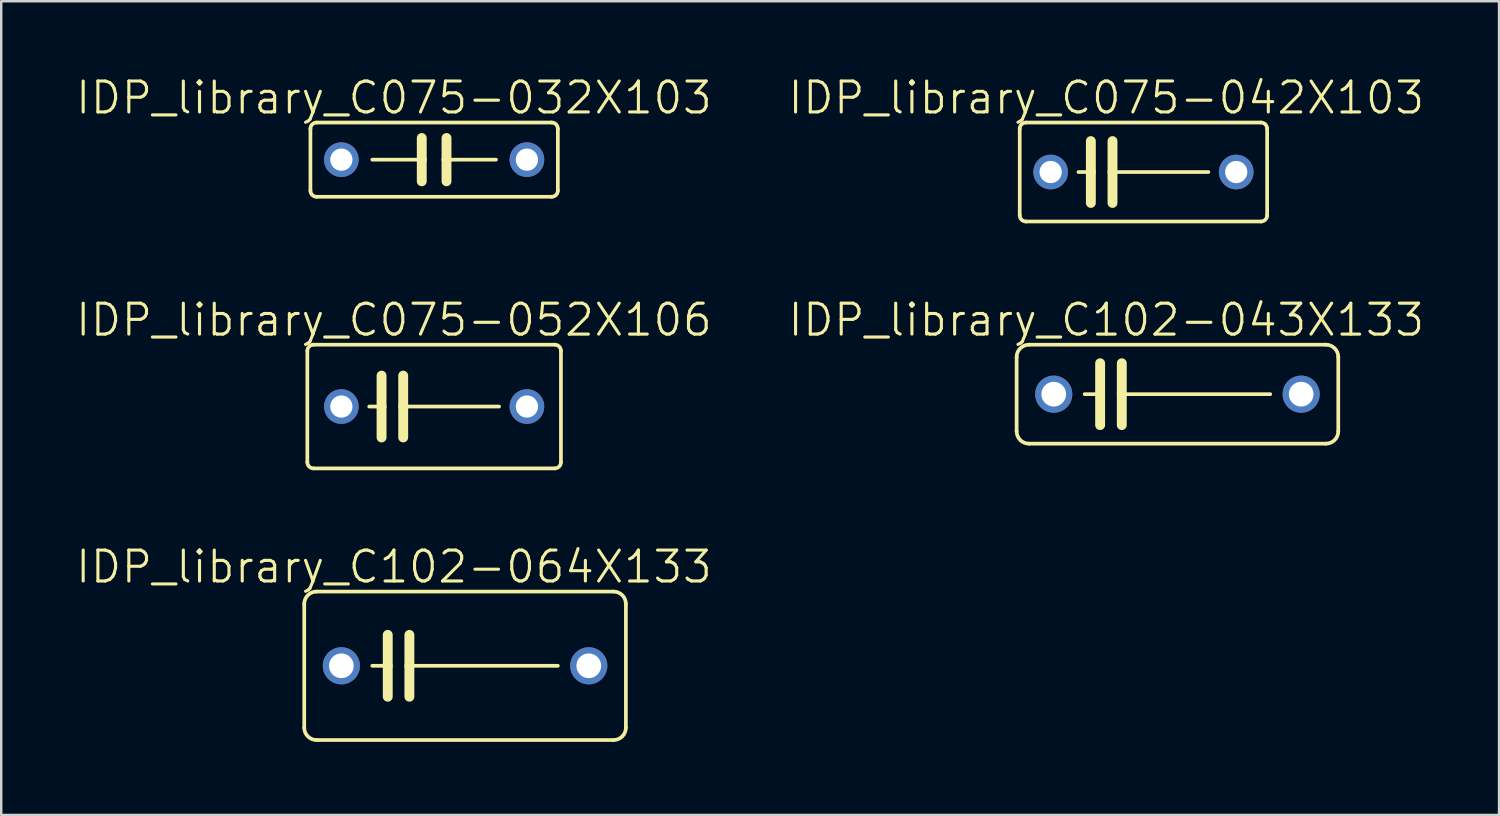
<source format=kicad_pcb>
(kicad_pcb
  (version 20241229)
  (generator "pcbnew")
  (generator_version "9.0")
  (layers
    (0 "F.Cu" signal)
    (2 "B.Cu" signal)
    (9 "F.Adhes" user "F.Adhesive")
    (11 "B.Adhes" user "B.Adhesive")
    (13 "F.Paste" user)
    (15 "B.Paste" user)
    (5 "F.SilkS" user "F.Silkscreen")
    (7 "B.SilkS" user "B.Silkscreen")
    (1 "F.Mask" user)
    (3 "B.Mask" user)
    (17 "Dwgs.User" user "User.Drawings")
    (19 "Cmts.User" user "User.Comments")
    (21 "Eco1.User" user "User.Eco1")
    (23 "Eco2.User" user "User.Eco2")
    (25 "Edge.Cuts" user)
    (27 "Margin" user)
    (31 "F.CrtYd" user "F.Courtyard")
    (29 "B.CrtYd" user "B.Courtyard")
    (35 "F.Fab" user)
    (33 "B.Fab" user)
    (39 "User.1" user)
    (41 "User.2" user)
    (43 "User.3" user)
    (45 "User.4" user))
  (footprint "IDP_library_C075-052X106"
    (layer "F.Cu")
    (at 14.777 13.644)
    (property "Reference" "IDP_library_C075-052X106" (at -1.651 -3.556 0) (layer "F.SilkS") (effects (font (size 1.27 1.27) (thickness 0.127))))
    (attr exclude_from_pos_files exclude_from_bom)
    (fp_line (start -5.207 -2.286) (end -5.207 2.286) (stroke (width 0.152) (type solid)) (layer "F.SilkS"))
    (fp_line (start -4.953 2.54) (end 4.953 2.54) (stroke (width 0.152) (type solid)) (layer "F.SilkS"))
    (fp_line (start -2.667 0) (end -2.159 0) (stroke (width 0.152) (type solid)) (layer "F.SilkS"))
    (fp_line (start -2.159 -1.27) (end -2.159 0) (stroke (width 0.406) (type solid)) (layer "F.SilkS"))
    (fp_line (start -2.159 0) (end -2.159 1.27) (stroke (width 0.406) (type solid)) (layer "F.SilkS"))
    (fp_line (start -1.27 -1.27) (end -1.27 0) (stroke (width 0.406) (type solid)) (layer "F.SilkS"))
    (fp_line (start -1.27 0) (end -1.27 1.27) (stroke (width 0.406) (type solid)) (layer "F.SilkS"))
    (fp_line (start -1.27 0) (end 2.667 0) (stroke (width 0.152) (type solid)) (layer "F.SilkS"))
    (fp_line (start 4.953 -2.54) (end -4.953 -2.54) (stroke (width 0.152) (type solid)) (layer "F.SilkS"))
    (fp_line (start 5.207 2.286) (end 5.207 -2.286) (stroke (width 0.152) (type solid)) (layer "F.SilkS"))
    (fp_arc (start -5.207 -2.286) (mid -5.132605 -2.465605) (end -4.953 -2.54) (stroke (width 0.1524) (type solid)) (layer "F.SilkS"))
    (fp_arc (start -4.953 2.54) (mid -5.132605 2.465605) (end -5.207 2.286) (stroke (width 0.1524) (type solid)) (layer "F.SilkS"))
    (fp_arc (start 4.953 -2.54) (mid 5.132605 -2.465605) (end 5.207 -2.286) (stroke (width 0.1524) (type solid)) (layer "F.SilkS"))
    (fp_arc (start 5.207 2.286) (mid 5.132605 2.465605) (end 4.953 2.54) (stroke (width 0.1524) (type solid)) (layer "F.SilkS"))
    (pad "1" thru_hole circle (at -3.81 0) (size 1.422 1.422) (drill 0.914) (layers "*.Cu" "*.Paste" "*.Mask"))
    (pad "2" thru_hole circle (at 3.81 0) (size 1.422 1.422) (drill 0.914) (layers "*.Cu" "*.Paste" "*.Mask")))
  (footprint "IDP_library_C075-032X103"
    (layer "F.Cu")
    (at 14.777 3.506)
    (property "Reference" "IDP_library_C075-032X103" (at -1.651 -2.54 0) (layer "F.SilkS") (effects (font (size 1.27 1.27) (thickness 0.127))))
    (attr exclude_from_pos_files exclude_from_bom)
    (fp_line (start -5.08 -1.27) (end -5.08 1.27) (stroke (width 0.152) (type solid)) (layer "F.SilkS"))
    (fp_line (start -4.826 1.524) (end 4.826 1.524) (stroke (width 0.152) (type solid)) (layer "F.SilkS"))
    (fp_line (start -2.54 0) (end -0.508 0) (stroke (width 0.152) (type solid)) (layer "F.SilkS"))
    (fp_line (start -0.508 -0.889) (end -0.508 0) (stroke (width 0.406) (type solid)) (layer "F.SilkS"))
    (fp_line (start -0.508 0) (end -0.508 0.889) (stroke (width 0.406) (type solid)) (layer "F.SilkS"))
    (fp_line (start 0.508 -0.889) (end 0.508 0) (stroke (width 0.406) (type solid)) (layer "F.SilkS"))
    (fp_line (start 0.508 0) (end 0.508 0.889) (stroke (width 0.406) (type solid)) (layer "F.SilkS"))
    (fp_line (start 0.508 0) (end 2.54 0) (stroke (width 0.152) (type solid)) (layer "F.SilkS"))
    (fp_line (start 4.826 -1.524) (end -4.826 -1.524) (stroke (width 0.152) (type solid)) (layer "F.SilkS"))
    (fp_line (start 5.08 1.27) (end 5.08 -1.27) (stroke (width 0.152) (type solid)) (layer "F.SilkS"))
    (fp_arc (start -5.08 -1.27) (mid -5.005605 -1.449605) (end -4.826 -1.524) (stroke (width 0.1524) (type solid)) (layer "F.SilkS"))
    (fp_arc (start -4.826 1.524) (mid -5.005605 1.449605) (end -5.08 1.27) (stroke (width 0.1524) (type solid)) (layer "F.SilkS"))
    (fp_arc (start 4.826 -1.524) (mid 5.005605 -1.449605) (end 5.08 -1.27) (stroke (width 0.1524) (type solid)) (layer "F.SilkS"))
    (fp_arc (start 5.08 1.27) (mid 5.005605 1.449605) (end 4.826 1.524) (stroke (width 0.1524) (type solid)) (layer "F.SilkS"))
    (pad "1" thru_hole circle (at -3.81 0) (size 1.422 1.422) (drill 0.914) (layers "*.Cu" "*.Paste" "*.Mask"))
    (pad "2" thru_hole circle (at 3.81 0) (size 1.422 1.422) (drill 0.914) (layers "*.Cu" "*.Paste" "*.Mask")))
  (footprint "IDP_library_C102-064X133"
    (layer "F.Cu")
    (at 16.047 24.29)
    (property "Reference" "IDP_library_C102-064X133" (at -2.921 -4.064 0) (layer "F.SilkS") (effects (font (size 1.27 1.27) (thickness 0.127))))
    (attr exclude_from_pos_files exclude_from_bom)
    (fp_line (start -6.604 2.54) (end -6.604 -2.54) (stroke (width 0.152) (type solid)) (layer "F.SilkS"))
    (fp_line (start -6.096 -3.048) (end 6.096 -3.048) (stroke (width 0.152) (type solid)) (layer "F.SilkS"))
    (fp_line (start -3.81 0) (end -3.175 0) (stroke (width 0.152) (type solid)) (layer "F.SilkS"))
    (fp_line (start -3.175 -1.27) (end -3.175 0) (stroke (width 0.406) (type solid)) (layer "F.SilkS"))
    (fp_line (start -3.175 0) (end -3.175 1.27) (stroke (width 0.406) (type solid)) (layer "F.SilkS"))
    (fp_line (start -2.286 -1.27) (end -2.286 0) (stroke (width 0.406) (type solid)) (layer "F.SilkS"))
    (fp_line (start -2.286 0) (end -2.286 1.27) (stroke (width 0.406) (type solid)) (layer "F.SilkS"))
    (fp_line (start 3.81 0) (end -2.286 0) (stroke (width 0.152) (type solid)) (layer "F.SilkS"))
    (fp_line (start 6.096 3.048) (end -6.096 3.048) (stroke (width 0.152) (type solid)) (layer "F.SilkS"))
    (fp_line (start 6.604 -2.54) (end 6.604 2.54) (stroke (width 0.152) (type solid)) (layer "F.SilkS"))
    (fp_arc (start -6.604 -2.54) (mid -6.45521 -2.89921) (end -6.096 -3.048) (stroke (width 0.1524) (type solid)) (layer "F.SilkS"))
    (fp_arc (start -6.096 3.048) (mid -6.45521 2.89921) (end -6.604 2.54) (stroke (width 0.1524) (type solid)) (layer "F.SilkS"))
    (fp_arc (start 6.096 -3.048) (mid 6.45521 -2.89921) (end 6.604 -2.54) (stroke (width 0.1524) (type solid)) (layer "F.SilkS"))
    (fp_arc (start 6.604 2.54) (mid 6.45521 2.89921) (end 6.096 3.048) (stroke (width 0.1524) (type solid)) (layer "F.SilkS"))
    (pad "1" thru_hole circle (at -5.08 0) (size 1.524 1.524) (drill 1.016) (layers "*.Cu" "*.Paste" "*.Mask"))
    (pad "2" thru_hole circle (at 5.08 0) (size 1.524 1.524) (drill 1.016) (layers "*.Cu" "*.Paste" "*.Mask")))
  (footprint "IDP_library_C075-042X103"
    (layer "F.Cu")
    (at 43.903 4.014)
    (property "Reference" "IDP_library_C075-042X103" (at -1.524 -3.048 0) (layer "F.SilkS") (effects (font (size 1.27 1.27) (thickness 0.127))))
    (attr exclude_from_pos_files exclude_from_bom)
    (fp_line (start -5.08 -1.778) (end -5.08 1.778) (stroke (width 0.152) (type solid)) (layer "F.SilkS"))
    (fp_line (start -4.826 2.032) (end 4.826 2.032) (stroke (width 0.152) (type solid)) (layer "F.SilkS"))
    (fp_line (start -2.667 0) (end -2.159 0) (stroke (width 0.152) (type solid)) (layer "F.SilkS"))
    (fp_line (start -2.159 -1.27) (end -2.159 0) (stroke (width 0.406) (type solid)) (layer "F.SilkS"))
    (fp_line (start -2.159 0) (end -2.159 1.27) (stroke (width 0.406) (type solid)) (layer "F.SilkS"))
    (fp_line (start -1.27 -1.27) (end -1.27 0) (stroke (width 0.406) (type solid)) (layer "F.SilkS"))
    (fp_line (start -1.27 0) (end -1.27 1.27) (stroke (width 0.406) (type solid)) (layer "F.SilkS"))
    (fp_line (start -1.27 0) (end 2.667 0) (stroke (width 0.152) (type solid)) (layer "F.SilkS"))
    (fp_line (start 4.826 -2.032) (end -4.826 -2.032) (stroke (width 0.152) (type solid)) (layer "F.SilkS"))
    (fp_line (start 5.08 1.778) (end 5.08 -1.778) (stroke (width 0.152) (type solid)) (layer "F.SilkS"))
    (fp_arc (start -5.08 -1.778) (mid -5.005605 -1.957605) (end -4.826 -2.032) (stroke (width 0.1524) (type solid)) (layer "F.SilkS"))
    (fp_arc (start -4.826 2.032) (mid -5.005605 1.957605) (end -5.08 1.778) (stroke (width 0.1524) (type solid)) (layer "F.SilkS"))
    (fp_arc (start 4.826 -2.032) (mid 5.005605 -1.957605) (end 5.08 -1.778) (stroke (width 0.1524) (type solid)) (layer "F.SilkS"))
    (fp_arc (start 5.08 1.778) (mid 5.005605 1.957605) (end 4.826 2.032) (stroke (width 0.1524) (type solid)) (layer "F.SilkS"))
    (pad "1" thru_hole circle (at -3.81 0) (size 1.422 1.422) (drill 0.914) (layers "*.Cu" "*.Paste" "*.Mask"))
    (pad "2" thru_hole circle (at 3.81 0) (size 1.422 1.422) (drill 0.914) (layers "*.Cu" "*.Paste" "*.Mask")))
  (footprint "IDP_library_C102-043X133"
    (layer "F.Cu")
    (at 45.3 13.136)
    (property "Reference" "IDP_library_C102-043X133" (at -2.921 -3.048 0) (layer "F.SilkS") (effects (font (size 1.27 1.27) (thickness 0.127))))
    (attr exclude_from_pos_files exclude_from_bom)
    (fp_line (start -6.604 1.524) (end -6.604 -1.524) (stroke (width 0.152) (type solid)) (layer "F.SilkS"))
    (fp_line (start -6.096 -2.032) (end 6.096 -2.032) (stroke (width 0.152) (type solid)) (layer "F.SilkS"))
    (fp_line (start -3.81 0) (end -3.175 0) (stroke (width 0.152) (type solid)) (layer "F.SilkS"))
    (fp_line (start -3.175 -1.27) (end -3.175 0) (stroke (width 0.406) (type solid)) (layer "F.SilkS"))
    (fp_line (start -3.175 0) (end -3.175 1.27) (stroke (width 0.406) (type solid)) (layer "F.SilkS"))
    (fp_line (start -2.286 -1.27) (end -2.286 0) (stroke (width 0.406) (type solid)) (layer "F.SilkS"))
    (fp_line (start -2.286 0) (end -2.286 1.27) (stroke (width 0.406) (type solid)) (layer "F.SilkS"))
    (fp_line (start 3.81 0) (end -2.286 0) (stroke (width 0.152) (type solid)) (layer "F.SilkS"))
    (fp_line (start 6.096 2.032) (end -6.096 2.032) (stroke (width 0.152) (type solid)) (layer "F.SilkS"))
    (fp_line (start 6.604 -1.524) (end 6.604 1.524) (stroke (width 0.152) (type solid)) (layer "F.SilkS"))
    (fp_arc (start -6.604 -1.524) (mid -6.45521 -1.88321) (end -6.096 -2.032) (stroke (width 0.1524) (type solid)) (layer "F.SilkS"))
    (fp_arc (start -6.096 2.032) (mid -6.45521 1.88321) (end -6.604 1.524) (stroke (width 0.1524) (type solid)) (layer "F.SilkS"))
    (fp_arc (start 6.096 -2.032) (mid 6.45521 -1.88321) (end 6.604 -1.524) (stroke (width 0.1524) (type solid)) (layer "F.SilkS"))
    (fp_arc (start 6.604 1.524) (mid 6.45521 1.88321) (end 6.096 2.032) (stroke (width 0.1524) (type solid)) (layer "F.SilkS"))
    (pad "1" thru_hole circle (at -5.08 0) (size 1.524 1.524) (drill 1.016) (layers "*.Cu" "*.Paste" "*.Mask"))
    (pad "2" thru_hole circle (at 5.08 0) (size 1.524 1.524) (drill 1.016) (layers "*.Cu" "*.Paste" "*.Mask")))
  (gr_rect
    (start -3 -3)
    (end 58.505 30.414)
    (stroke (width 0.1) (type default))
    (fill no)
    (layer "Edge.Cuts")))
</source>
